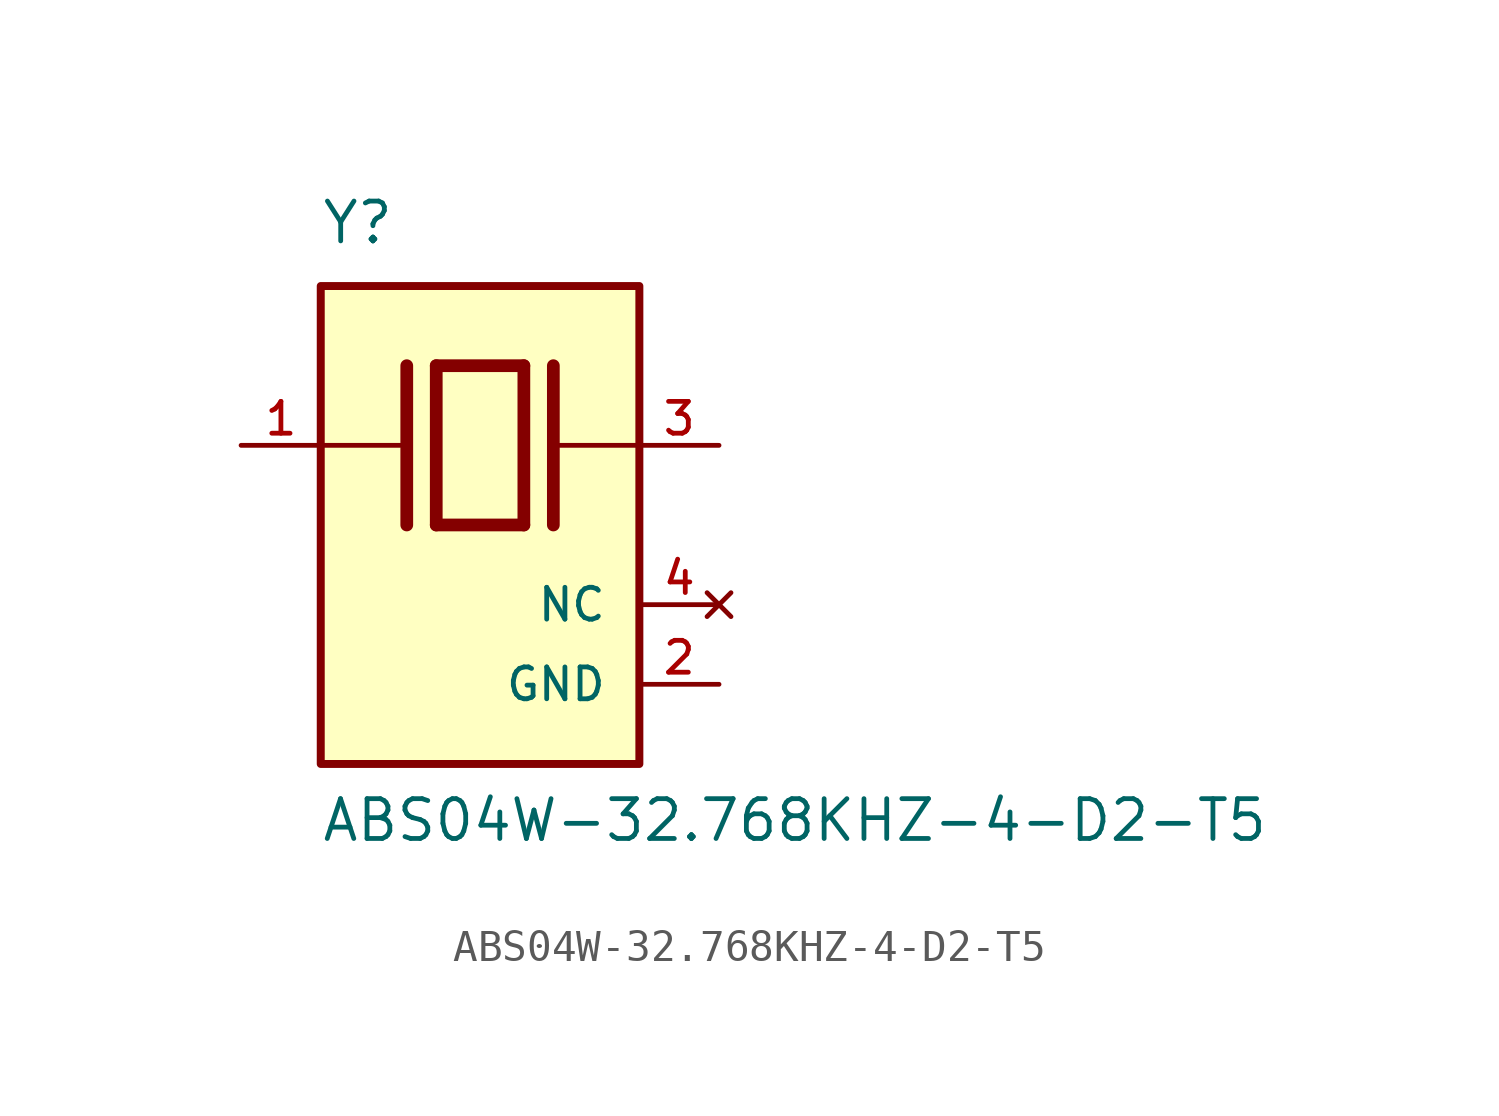
<source format=kicad_sym>
(kicad_symbol_lib
  (version 20211014)
  (generator kicad_symbol_editor)
  (symbol "ABS04W-32.768KHZ-4-D2-T5"
    (pin_names
      (offset 1.016))
    (property "Reference" "Y"
      (at -5.088 8.896 0)
      (effects (font (size 1.27 1.27)) (justify bottom left)))
    (property "Value" "ABS04W-32.768KHZ-4-D2-T5"
      (at -5.094 -10.16 0)
      (effects (font (size 1.27 1.27)) (justify bottom left)))
    (symbol "ABS04W-32.768KHZ-4-D2-T5_0_0"
      (polyline (pts (xy -1.397 5.08) (xy 1.397 5.08)) (stroke (width 0.406)))
      (polyline (pts (xy 1.397 5.08) (xy 1.397 0.0)) (stroke (width 0.406)))
      (polyline (pts (xy 1.397 0.0) (xy -1.397 0.0)) (stroke (width 0.406)))
      (polyline (pts (xy -1.397 5.08) (xy -1.397 0.0)) (stroke (width 0.406)))
      (polyline (pts (xy 2.337 5.08) (xy 2.337 0.0)) (stroke (width 0.406)))
      (polyline (pts (xy -2.337 5.08) (xy -2.337 0.0)) (stroke (width 0.406)))
      (polyline (pts (xy -5.08 2.54) (xy -2.54 2.54)) (stroke (width 0.152)))
      (polyline (pts (xy 2.54 2.54) (xy 5.08 2.54)) (stroke (width 0.152)))
      (rectangle (start -5.08 -7.62) (end 5.08 7.62) (stroke (width 0.254)) (fill (type background)))
      (pin passive line (at 7.62 2.54 180.0) (length 2.54) (name "~" (effects (font (size 1.016 1.016)))) (number "3" (effects (font (size 1.016 1.016)))))
      (pin passive line (at -7.62 2.54 0) (length 2.54) (name "~" (effects (font (size 1.016 1.016)))) (number "1" (effects (font (size 1.016 1.016)))))
      (pin power_in line (at 7.62 -5.08 180.0) (length 2.54) (name "GND" (effects (font (size 1.016 1.016)))) (number "2" (effects (font (size 1.016 1.016)))))
      (pin no_connect line (at 7.62 -2.54 180.0) (length 2.54) (name "NC" (effects (font (size 1.016 1.016)))) (number "4" (effects (font (size 1.016 1.016))))))))
</source>
